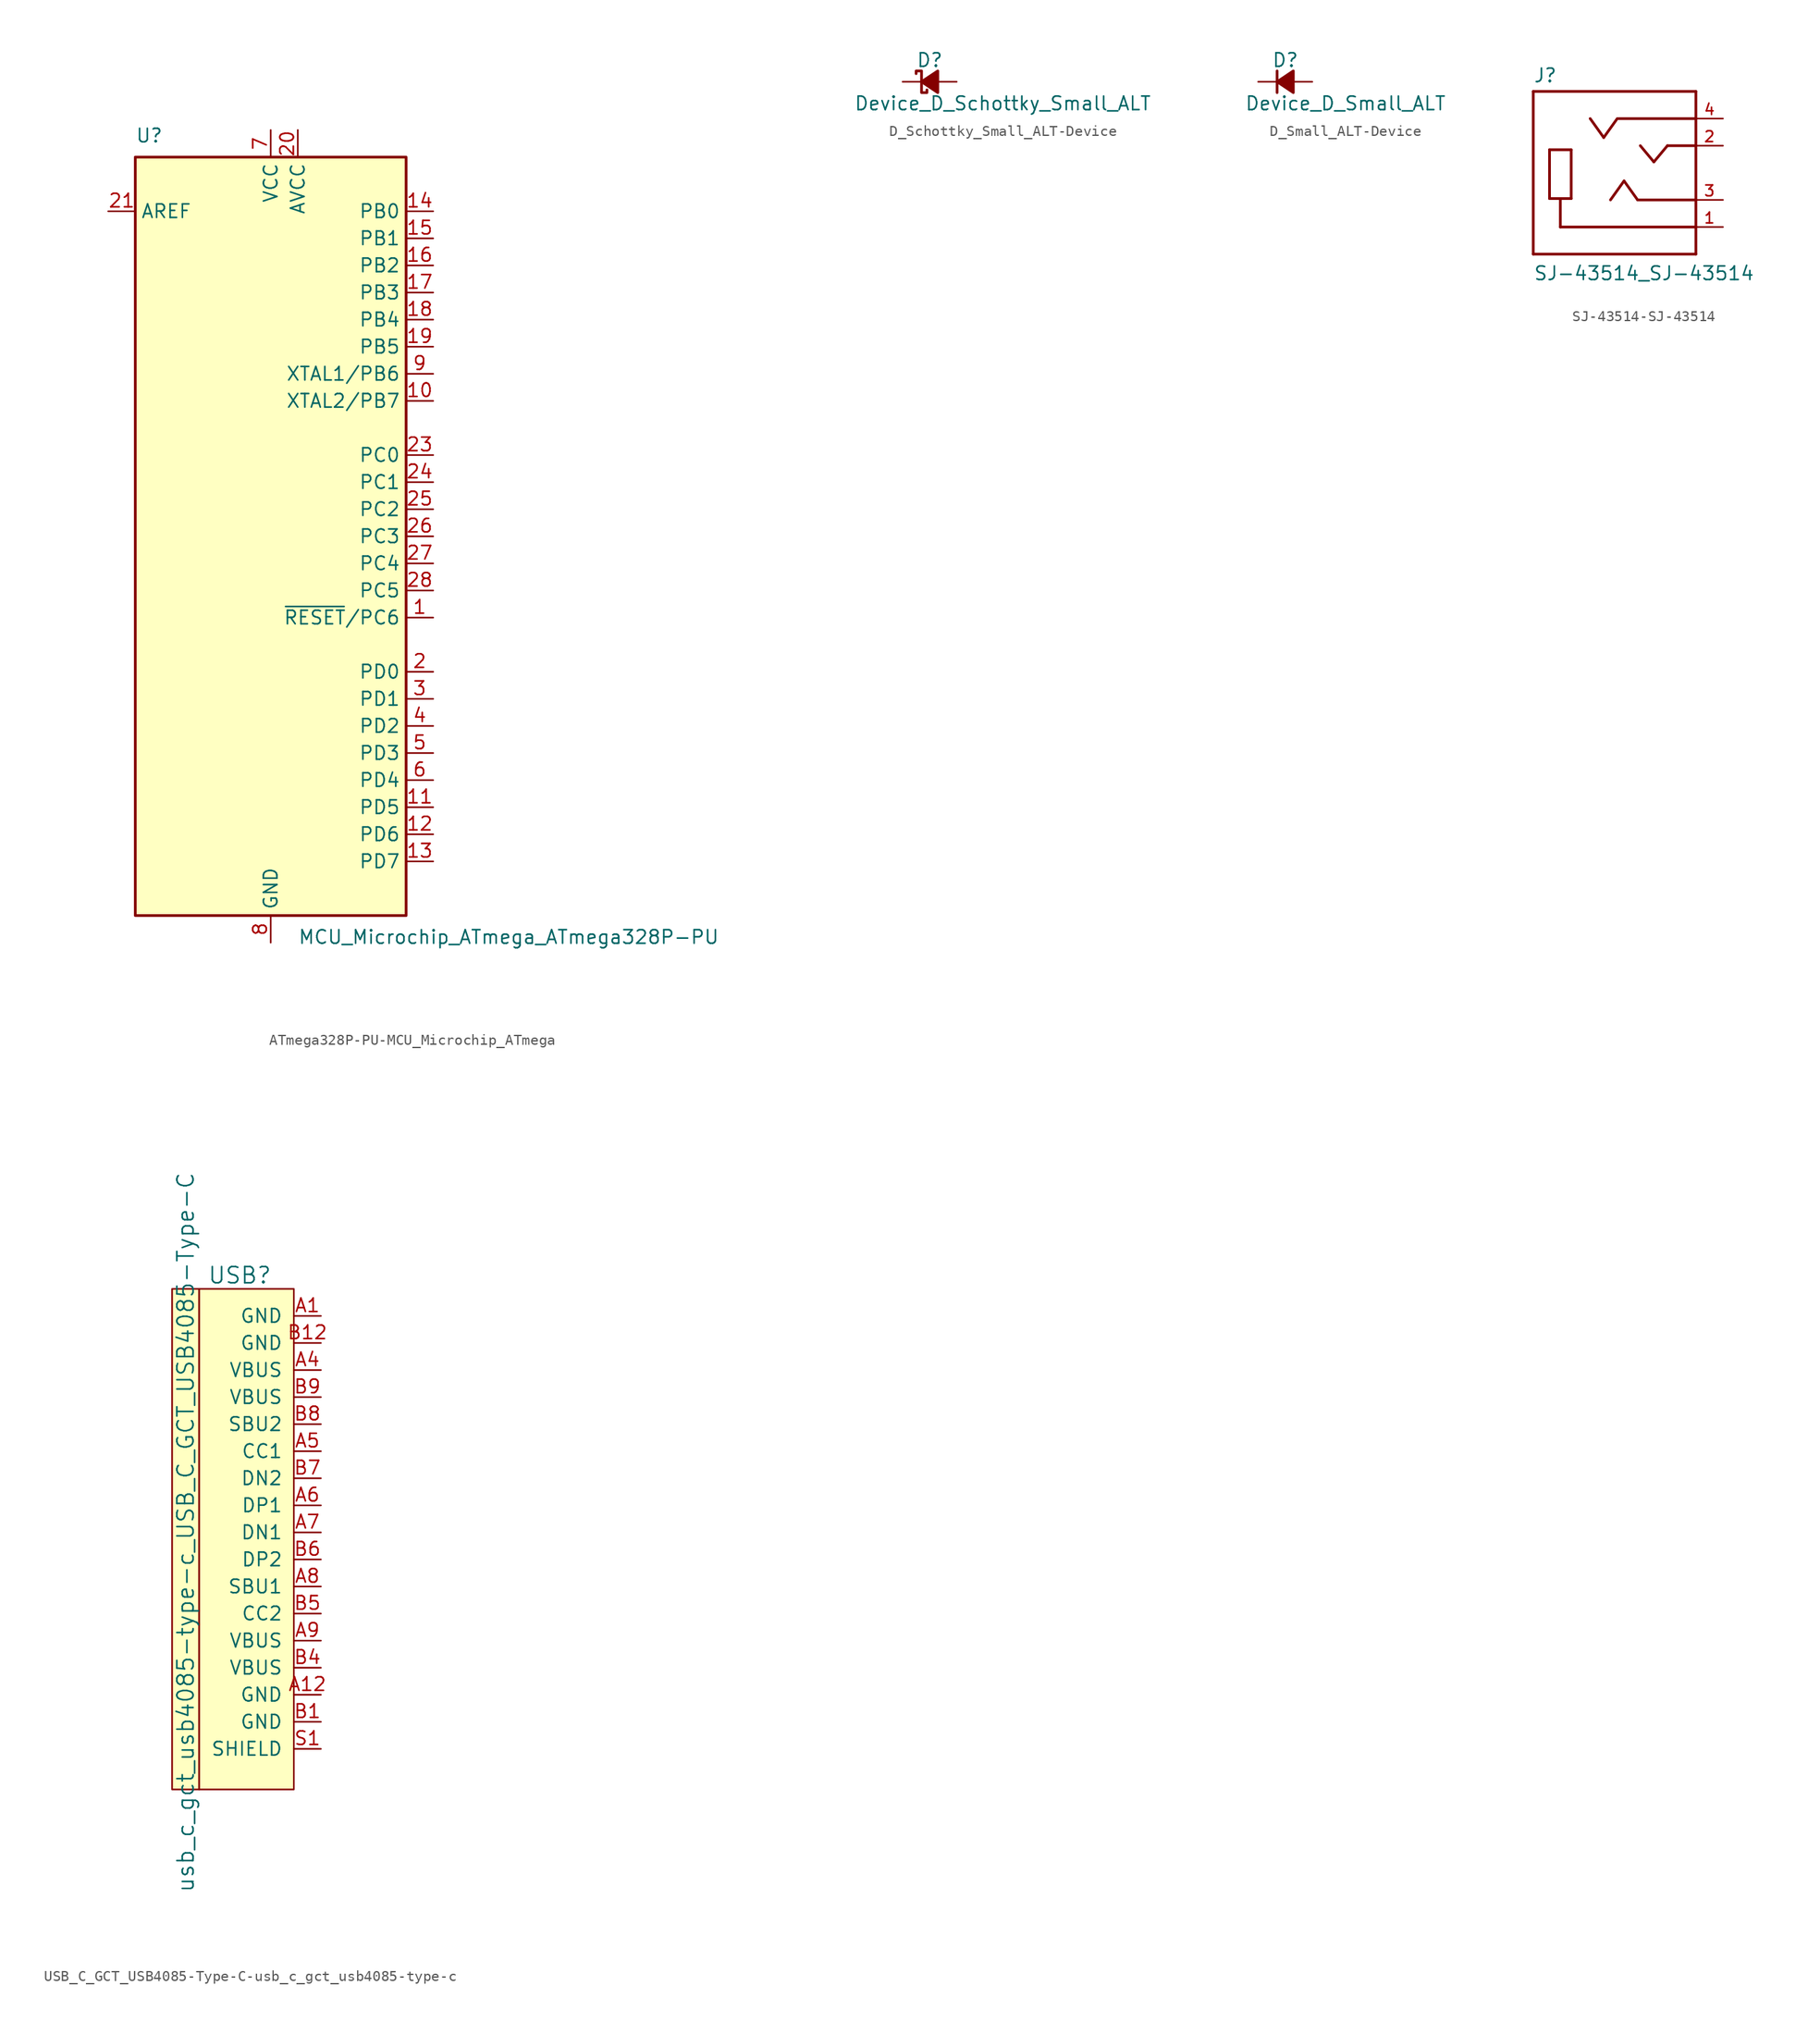
<source format=kicad_sym>
(kicad_symbol_lib
  (version 20241209)
  (generator "kicad_symbol_editor")
  (generator_version "9.0")
  (symbol "ATmega328P-PU-MCU_Microchip_ATmega"
    (property "Reference" "U"
      (at -12.7 36.83 0)
      (effects (font (size 1.27 1.27)) (justify left bottom)))
    (property "Value" "MCU_Microchip_ATmega_ATmega328P-PU"
      (at 2.54 -36.83 0)
      (effects (font (size 1.27 1.27)) (justify left top)))
    (symbol "ATmega328P-PU-MCU_Microchip_ATmega_0_1"
      (rectangle (start -12.7 -35.56) (end 12.7 35.56) (stroke (width 0.254) (type solid)) (fill (type background))))
    (symbol "ATmega328P-PU-MCU_Microchip_ATmega_1_1"
      (pin passive line (at -15.24 30.48 0) (length 2.54) (name "AREF" (effects (font (size 1.27 1.27)))) (number "21" (effects (font (size 1.27 1.27)))))
      (pin power_in line (at 0 38.1 270) (length 2.54) (name "VCC" (effects (font (size 1.27 1.27)))) (number "7" (effects (font (size 1.27 1.27)))))
      (pin passive line (at 0 -38.1 90) (length 2.54) (hide yes) (name "GND" (effects (font (size 1.27 1.27)))) (number "22" (effects (font (size 1.27 1.27)))))
      (pin power_in line (at 0 -38.1 90) (length 2.54) (name "GND" (effects (font (size 1.27 1.27)))) (number "8" (effects (font (size 1.27 1.27)))))
      (pin power_in line (at 2.54 38.1 270) (length 2.54) (name "AVCC" (effects (font (size 1.27 1.27)))) (number "20" (effects (font (size 1.27 1.27)))))
      (pin bidirectional line (at 15.24 30.48 180) (length 2.54) (name "PB0" (effects (font (size 1.27 1.27)))) (number "14" (effects (font (size 1.27 1.27)))))
      (pin bidirectional line (at 15.24 27.94 180) (length 2.54) (name "PB1" (effects (font (size 1.27 1.27)))) (number "15" (effects (font (size 1.27 1.27)))))
      (pin bidirectional line (at 15.24 25.4 180) (length 2.54) (name "PB2" (effects (font (size 1.27 1.27)))) (number "16" (effects (font (size 1.27 1.27)))))
      (pin bidirectional line (at 15.24 22.86 180) (length 2.54) (name "PB3" (effects (font (size 1.27 1.27)))) (number "17" (effects (font (size 1.27 1.27)))))
      (pin bidirectional line (at 15.24 20.32 180) (length 2.54) (name "PB4" (effects (font (size 1.27 1.27)))) (number "18" (effects (font (size 1.27 1.27)))))
      (pin bidirectional line (at 15.24 17.78 180) (length 2.54) (name "PB5" (effects (font (size 1.27 1.27)))) (number "19" (effects (font (size 1.27 1.27)))))
      (pin bidirectional line (at 15.24 15.24 180) (length 2.54) (name "XTAL1/PB6" (effects (font (size 1.27 1.27)))) (number "9" (effects (font (size 1.27 1.27)))))
      (pin bidirectional line (at 15.24 12.7 180) (length 2.54) (name "XTAL2/PB7" (effects (font (size 1.27 1.27)))) (number "10" (effects (font (size 1.27 1.27)))))
      (pin bidirectional line (at 15.24 7.62 180) (length 2.54) (name "PC0" (effects (font (size 1.27 1.27)))) (number "23" (effects (font (size 1.27 1.27)))))
      (pin bidirectional line (at 15.24 5.08 180) (length 2.54) (name "PC1" (effects (font (size 1.27 1.27)))) (number "24" (effects (font (size 1.27 1.27)))))
      (pin bidirectional line (at 15.24 2.54 180) (length 2.54) (name "PC2" (effects (font (size 1.27 1.27)))) (number "25" (effects (font (size 1.27 1.27)))))
      (pin bidirectional line (at 15.24 0 180) (length 2.54) (name "PC3" (effects (font (size 1.27 1.27)))) (number "26" (effects (font (size 1.27 1.27)))))
      (pin bidirectional line (at 15.24 -2.54 180) (length 2.54) (name "PC4" (effects (font (size 1.27 1.27)))) (number "27" (effects (font (size 1.27 1.27)))))
      (pin bidirectional line (at 15.24 -5.08 180) (length 2.54) (name "PC5" (effects (font (size 1.27 1.27)))) (number "28" (effects (font (size 1.27 1.27)))))
      (pin bidirectional line (at 15.24 -7.62 180) (length 2.54) (name "~{RESET}/PC6" (effects (font (size 1.27 1.27)))) (number "1" (effects (font (size 1.27 1.27)))))
      (pin bidirectional line (at 15.24 -12.7 180) (length 2.54) (name "PD0" (effects (font (size 1.27 1.27)))) (number "2" (effects (font (size 1.27 1.27)))))
      (pin bidirectional line (at 15.24 -15.24 180) (length 2.54) (name "PD1" (effects (font (size 1.27 1.27)))) (number "3" (effects (font (size 1.27 1.27)))))
      (pin bidirectional line (at 15.24 -17.78 180) (length 2.54) (name "PD2" (effects (font (size 1.27 1.27)))) (number "4" (effects (font (size 1.27 1.27)))))
      (pin bidirectional line (at 15.24 -20.32 180) (length 2.54) (name "PD3" (effects (font (size 1.27 1.27)))) (number "5" (effects (font (size 1.27 1.27)))))
      (pin bidirectional line (at 15.24 -22.86 180) (length 2.54) (name "PD4" (effects (font (size 1.27 1.27)))) (number "6" (effects (font (size 1.27 1.27)))))
      (pin bidirectional line (at 15.24 -25.4 180) (length 2.54) (name "PD5" (effects (font (size 1.27 1.27)))) (number "11" (effects (font (size 1.27 1.27)))))
      (pin bidirectional line (at 15.24 -27.94 180) (length 2.54) (name "PD6" (effects (font (size 1.27 1.27)))) (number "12" (effects (font (size 1.27 1.27)))))
      (pin bidirectional line (at 15.24 -30.48 180) (length 2.54) (name "PD7" (effects (font (size 1.27 1.27)))) (number "13" (effects (font (size 1.27 1.27)))))))
  (symbol "D_Schottky_Small_ALT-Device"
    (pin_numbers
      (hide yes))
    (pin_names
      (offset 0.254)
      (hide yes))
    (property "Reference" "D"
      (at -1.27 2.032 0)
      (effects (font (size 1.27 1.27)) (justify left)))
    (property "Value" "Device_D_Schottky_Small_ALT"
      (at -7.112 -2.032 0)
      (effects (font (size 1.27 1.27)) (justify left)))
    (symbol "D_Schottky_Small_ALT-Device_0_1"
      (polyline (pts (xy -1.27 0.762) (xy -1.27 1.016) (xy -0.762 1.016) (xy -0.762 -1.016) (xy -0.254 -1.016) (xy -0.254 -0.762)) (stroke (width 0.254) (type solid)) (fill (type none)))
      (polyline (pts (xy -0.762 0) (xy 0.762 0)) (stroke (width 0) (type solid)) (fill (type none)))
      (polyline (pts (xy 0.762 -1.016) (xy -0.762 0) (xy 0.762 1.016) (xy 0.762 -1.016)) (stroke (width 0.254) (type solid)) (fill (type outline))))
    (symbol "D_Schottky_Small_ALT-Device_1_1"
      (pin passive line (at -2.54 0 0) (length 1.778) (name "K" (effects (font (size 1.27 1.27)))) (number "1" (effects (font (size 1.27 1.27)))))
      (pin passive line (at 2.54 0 180) (length 1.778) (name "A" (effects (font (size 1.27 1.27)))) (number "2" (effects (font (size 1.27 1.27)))))))
  (symbol "D_Small_ALT-Device"
    (pin_numbers
      (hide yes))
    (pin_names
      (offset 0.254)
      (hide yes))
    (property "Reference" "D"
      (at -1.27 2.032 0)
      (effects (font (size 1.27 1.27)) (justify left)))
    (property "Value" "Device_D_Small_ALT"
      (at -3.81 -2.032 0)
      (effects (font (size 1.27 1.27)) (justify left)))
    (symbol "D_Small_ALT-Device_0_1"
      (polyline (pts (xy -0.762 0) (xy 0.762 0)) (stroke (width 0) (type solid)) (fill (type none)))
      (polyline (pts (xy -0.762 -1.016) (xy -0.762 1.016)) (stroke (width 0.254) (type solid)) (fill (type none)))
      (polyline (pts (xy 0.762 -1.016) (xy -0.762 0) (xy 0.762 1.016) (xy 0.762 -1.016)) (stroke (width 0.254) (type solid)) (fill (type outline))))
    (symbol "D_Small_ALT-Device_1_1"
      (pin passive line (at -2.54 0 0) (length 1.778) (name "K" (effects (font (size 1.27 1.27)))) (number "1" (effects (font (size 1.27 1.27)))))
      (pin passive line (at 2.54 0 180) (length 1.778) (name "A" (effects (font (size 1.27 1.27)))) (number "2" (effects (font (size 1.27 1.27)))))))
  (symbol "SJ-43514-SJ-43514"
    (pin_names
      (offset 1.016)
      (hide yes))
    (property "Reference" "J"
      (at -7.62 8.382 0)
      (effects (font (size 1.27 1.27)) (justify left bottom)))
    (property "Value" "SJ-43514_SJ-43514"
      (at -7.62 -10.16 0)
      (effects (font (size 1.27 1.27)) (justify left bottom)))
    (property "ki_locked" ""
      (at 0 0 0)
      (effects (font (size 1.27 1.27))))
    (symbol "SJ-43514-SJ-43514_0_0"
      (polyline (pts (xy -7.62 7.62) (xy 7.62 7.62)) (stroke (width 0.254) (type solid)) (fill (type none)))
      (polyline (pts (xy -7.62 -7.62) (xy -7.62 7.62)) (stroke (width 0.254) (type solid)) (fill (type none)))
      (polyline (pts (xy -6.096 2.159) (xy -6.096 -2.413)) (stroke (width 0.254) (type solid)) (fill (type none)))
      (polyline (pts (xy -6.096 -2.413) (xy -4.064 -2.413)) (stroke (width 0.254) (type solid)) (fill (type none)))
      (polyline (pts (xy -5.08 -2.54) (xy -5.08 -5.08)) (stroke (width 0.254) (type solid)) (fill (type none)))
      (polyline (pts (xy -5.08 -5.08) (xy 7.62 -5.08)) (stroke (width 0.254) (type solid)) (fill (type none)))
      (polyline (pts (xy -4.064 2.159) (xy -6.096 2.159)) (stroke (width 0.254) (type solid)) (fill (type none)))
      (polyline (pts (xy -4.064 -2.413) (xy -4.064 2.159)) (stroke (width 0.254) (type solid)) (fill (type none)))
      (polyline (pts (xy -2.286 5.08) (xy -1.016 3.302)) (stroke (width 0.254) (type solid)) (fill (type none)))
      (polyline (pts (xy -1.016 3.302) (xy 0.254 5.08)) (stroke (width 0.254) (type solid)) (fill (type none)))
      (polyline (pts (xy -0.381 -2.54) (xy 0.889 -0.762)) (stroke (width 0.254) (type solid)) (fill (type none)))
      (polyline (pts (xy 0.381 5.08) (xy 7.62 5.08)) (stroke (width 0.254) (type solid)) (fill (type none)))
      (polyline (pts (xy 0.889 -0.762) (xy 2.159 -2.54)) (stroke (width 0.254) (type solid)) (fill (type none)))
      (polyline (pts (xy 2.159 -2.54) (xy 7.62 -2.54)) (stroke (width 0.254) (type solid)) (fill (type none)))
      (polyline (pts (xy 2.413 2.54) (xy 3.683 1.016)) (stroke (width 0.254) (type solid)) (fill (type none)))
      (polyline (pts (xy 3.683 1.016) (xy 4.953 2.54)) (stroke (width 0.254) (type solid)) (fill (type none)))
      (polyline (pts (xy 4.953 2.54) (xy 7.62 2.54)) (stroke (width 0.254) (type solid)) (fill (type none)))
      (polyline (pts (xy 7.62 7.62) (xy 7.62 5.08)) (stroke (width 0.254) (type solid)) (fill (type none)))
      (polyline (pts (xy 7.62 5.08) (xy 7.62 2.54)) (stroke (width 0.254) (type solid)) (fill (type none)))
      (polyline (pts (xy 7.62 2.54) (xy 7.62 -2.54)) (stroke (width 0.254) (type solid)) (fill (type none)))
      (polyline (pts (xy 7.62 -2.54) (xy 7.62 -5.08)) (stroke (width 0.254) (type solid)) (fill (type none)))
      (polyline (pts (xy 7.62 -5.08) (xy 7.62 -7.62)) (stroke (width 0.254) (type solid)) (fill (type none)))
      (polyline (pts (xy 7.62 -7.62) (xy -7.62 -7.62)) (stroke (width 0.254) (type solid)) (fill (type none)))
      (pin passive line (at 10.16 5.08 180) (length 2.54) (name "~" (effects (font (size 1.016 1.016)))) (number "4" (effects (font (size 1.016 1.016)))))
      (pin passive line (at 10.16 2.54 180) (length 2.54) (name "~" (effects (font (size 1.016 1.016)))) (number "2" (effects (font (size 1.016 1.016)))))
      (pin passive line (at 10.16 -2.54 180) (length 2.54) (name "~" (effects (font (size 1.016 1.016)))) (number "3" (effects (font (size 1.016 1.016)))))
      (pin passive line (at 10.16 -5.08 180) (length 2.54) (name "~" (effects (font (size 1.016 1.016)))) (number "1" (effects (font (size 1.016 1.016)))))))
  (symbol "USB_C_GCT_USB4085-Type-C-usb_c_gct_usb4085-type-c"
    (pin_names
      (offset 1.016))
    (property "Reference" "USB"
      (at -5.08 22.86 0)
      (effects (font (size 1.524 1.524))))
    (property "Value" "usb_c_gct_usb4085-type-c_USB_C_GCT_USB4085-Type-C"
      (at -10.16 -1.27 90)
      (effects (font (size 1.524 1.524))))
    (symbol "USB_C_GCT_USB4085-Type-C-usb_c_gct_usb4085-type-c_0_1"
      (rectangle (start -11.43 21.59) (end -8.89 -25.4) (stroke (width 0) (type solid)) (fill (type background)))
      (rectangle (start 0 -25.4) (end -8.89 21.59) (stroke (width 0) (type solid)) (fill (type background))))
    (symbol "USB_C_GCT_USB4085-Type-C-usb_c_gct_usb4085-type-c_1_1"
      (pin input line (at 2.54 19.05 180) (length 2.54) (name "GND" (effects (font (size 1.27 1.27)))) (number "A1" (effects (font (size 1.27 1.27)))))
      (pin input line (at 2.54 16.51 180) (length 2.54) (name "GND" (effects (font (size 1.27 1.27)))) (number "B12" (effects (font (size 1.27 1.27)))))
      (pin input line (at 2.54 13.97 180) (length 2.54) (name "VBUS" (effects (font (size 1.27 1.27)))) (number "A4" (effects (font (size 1.27 1.27)))))
      (pin input line (at 2.54 11.43 180) (length 2.54) (name "VBUS" (effects (font (size 1.27 1.27)))) (number "B9" (effects (font (size 1.27 1.27)))))
      (pin input line (at 2.54 8.89 180) (length 2.54) (name "SBU2" (effects (font (size 1.27 1.27)))) (number "B8" (effects (font (size 1.27 1.27)))))
      (pin input line (at 2.54 6.35 180) (length 2.54) (name "CC1" (effects (font (size 1.27 1.27)))) (number "A5" (effects (font (size 1.27 1.27)))))
      (pin input line (at 2.54 3.81 180) (length 2.54) (name "DN2" (effects (font (size 1.27 1.27)))) (number "B7" (effects (font (size 1.27 1.27)))))
      (pin input line (at 2.54 1.27 180) (length 2.54) (name "DP1" (effects (font (size 1.27 1.27)))) (number "A6" (effects (font (size 1.27 1.27)))))
      (pin input line (at 2.54 -1.27 180) (length 2.54) (name "DN1" (effects (font (size 1.27 1.27)))) (number "A7" (effects (font (size 1.27 1.27)))))
      (pin input line (at 2.54 -3.81 180) (length 2.54) (name "DP2" (effects (font (size 1.27 1.27)))) (number "B6" (effects (font (size 1.27 1.27)))))
      (pin input line (at 2.54 -6.35 180) (length 2.54) (name "SBU1" (effects (font (size 1.27 1.27)))) (number "A8" (effects (font (size 1.27 1.27)))))
      (pin input line (at 2.54 -8.89 180) (length 2.54) (name "CC2" (effects (font (size 1.27 1.27)))) (number "B5" (effects (font (size 1.27 1.27)))))
      (pin input line (at 2.54 -11.43 180) (length 2.54) (name "VBUS" (effects (font (size 1.27 1.27)))) (number "A9" (effects (font (size 1.27 1.27)))))
      (pin input line (at 2.54 -13.97 180) (length 2.54) (name "VBUS" (effects (font (size 1.27 1.27)))) (number "B4" (effects (font (size 1.27 1.27)))))
      (pin input line (at 2.54 -16.51 180) (length 2.54) (name "GND" (effects (font (size 1.27 1.27)))) (number "A12" (effects (font (size 1.27 1.27)))))
      (pin input line (at 2.54 -19.05 180) (length 2.54) (name "GND" (effects (font (size 1.27 1.27)))) (number "B1" (effects (font (size 1.27 1.27)))))
      (pin input line (at 2.54 -21.59 180) (length 2.54) (name "SHIELD" (effects (font (size 1.27 1.27)))) (number "S1" (effects (font (size 1.27 1.27))))))))
</source>
